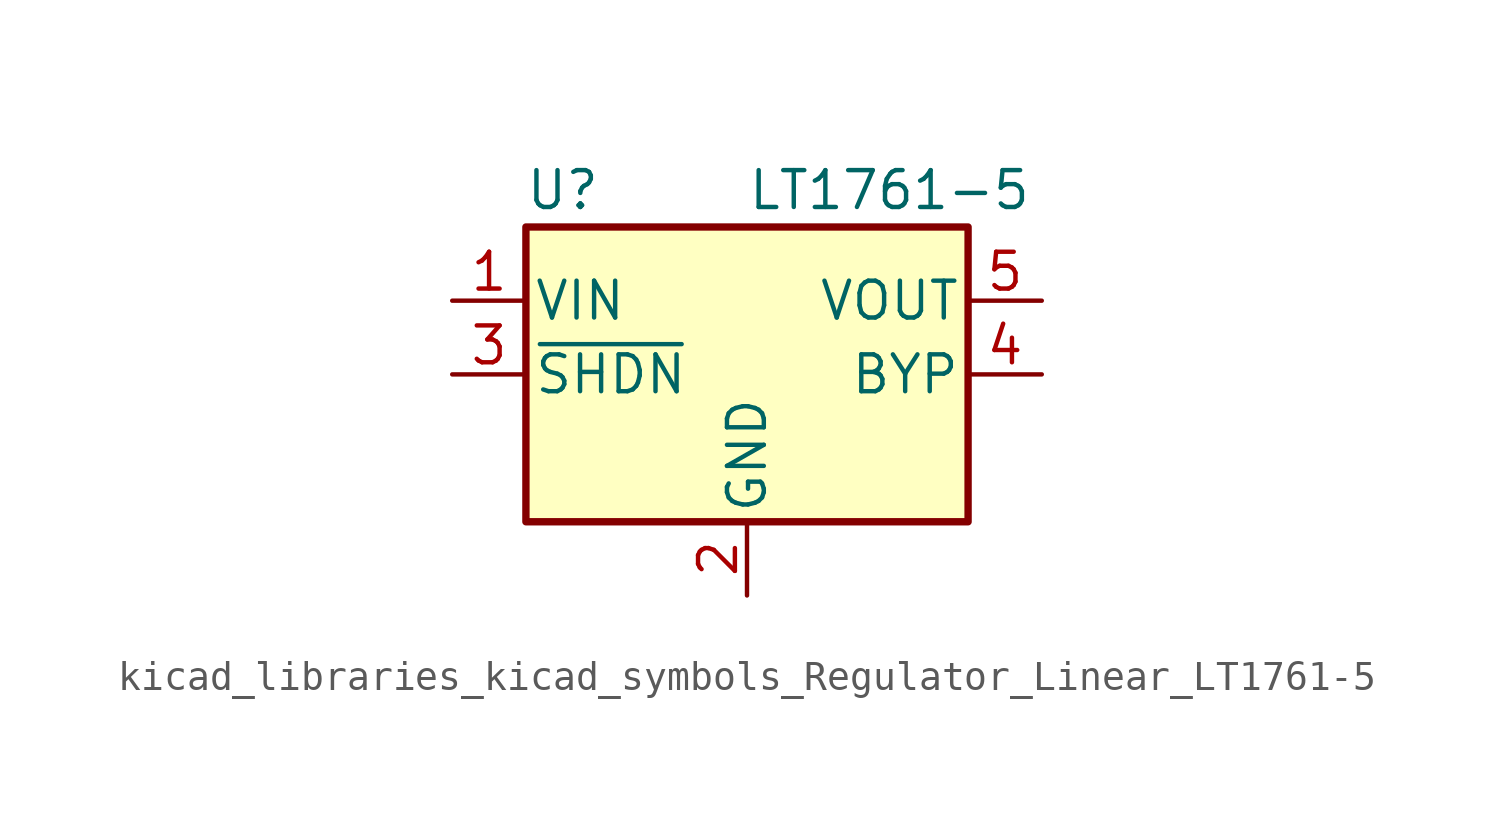
<source format=kicad_sym>
(kicad_symbol_lib
  (version 20220914)
  (generator kicad_symbol_editor)
  (symbol "kicad_libraries_kicad_symbols_Regulator_Linear_LT1761-5"
    (pin_names
      (offset 0.254))
    (property "Reference" "U"
      (at -6.35 6.35 0)
      (effects (font (size 1.27 1.27))))
    (property "Value" "LT1761-5"
      (at 0 6.35 0)
      (effects (font (size 1.27 1.27)) (justify left)))
    (symbol "kicad_libraries_kicad_symbols_Regulator_Linear_LT1761-5_0_1"
      (rectangle (start -7.62 5.08) (end 7.62 -5.08) (stroke (width 0.254) (type default)) (fill (type background))))
    (symbol "kicad_libraries_kicad_symbols_Regulator_Linear_LT1761-5_1_1"
      (pin power_in line (at -10.16 2.54 0) (length 2.54) (name "VIN" (effects (font (size 1.27 1.27)))) (number "1" (effects (font (size 1.27 1.27)))))
      (pin power_in line (at 0 -7.62 90) (length 2.54) (name "GND" (effects (font (size 1.27 1.27)))) (number "2" (effects (font (size 1.27 1.27)))))
      (pin input line (at -10.16 0 0) (length 2.54) (name "~{SHDN}" (effects (font (size 1.27 1.27)))) (number "3" (effects (font (size 1.27 1.27)))))
      (pin passive line (at 10.16 0 180) (length 2.54) (name "BYP" (effects (font (size 1.27 1.27)))) (number "4" (effects (font (size 1.27 1.27)))))
      (pin power_out line (at 10.16 2.54 180) (length 2.54) (name "VOUT" (effects (font (size 1.27 1.27)))) (number "5" (effects (font (size 1.27 1.27))))))))
</source>
